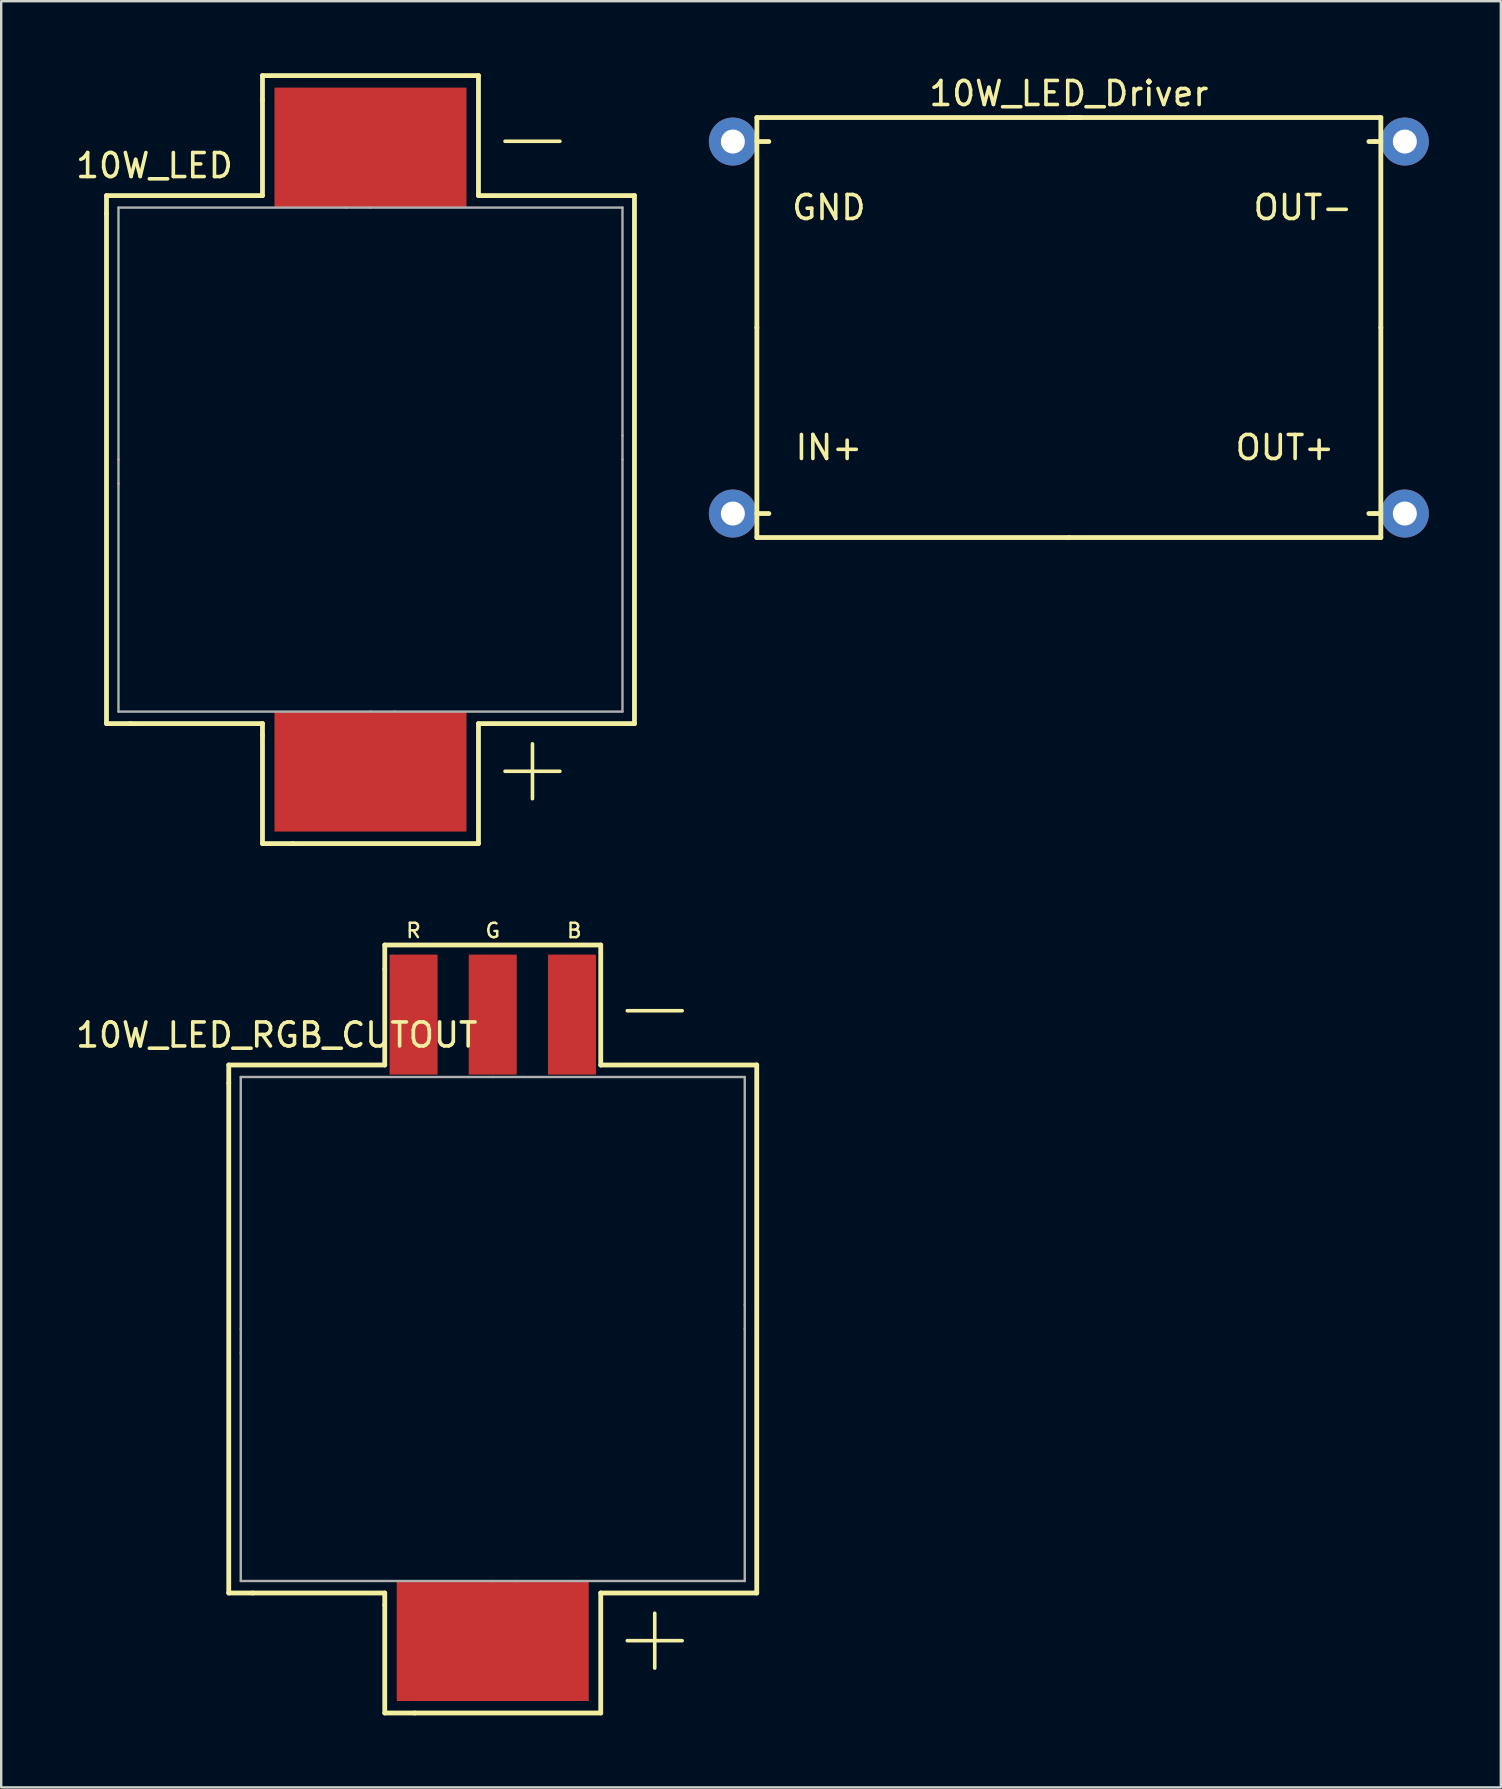
<source format=kicad_pcb>
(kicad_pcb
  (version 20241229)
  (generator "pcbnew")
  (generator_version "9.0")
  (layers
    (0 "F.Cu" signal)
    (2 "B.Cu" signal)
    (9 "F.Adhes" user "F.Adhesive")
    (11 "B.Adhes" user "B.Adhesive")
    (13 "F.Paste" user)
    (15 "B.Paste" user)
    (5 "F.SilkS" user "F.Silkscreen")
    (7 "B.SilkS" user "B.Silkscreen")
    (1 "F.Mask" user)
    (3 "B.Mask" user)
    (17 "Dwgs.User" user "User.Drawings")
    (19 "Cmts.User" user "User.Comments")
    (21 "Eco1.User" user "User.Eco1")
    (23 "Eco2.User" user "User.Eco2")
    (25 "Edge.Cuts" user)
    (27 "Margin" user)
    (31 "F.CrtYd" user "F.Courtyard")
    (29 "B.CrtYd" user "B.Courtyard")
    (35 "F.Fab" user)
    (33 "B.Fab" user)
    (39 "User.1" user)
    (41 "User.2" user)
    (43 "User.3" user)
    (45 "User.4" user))
  (footprint "10W_LED"
    (layer "F.Cu")
    (at 12.387 16.1)
    (property "Reference" "10W_LED" (at -9 -12.25 0) (layer "F.SilkS") (effects (font (size 1 1) (thickness 0.15))))
    (attr through_hole)
    (fp_line (start -11 -11) (end -11 -10.25) (stroke (width 0.2) (type solid)) (layer "F.SilkS"))
    (fp_line (start -11 -10.25) (end -11 11) (stroke (width 0.2) (type solid)) (layer "F.SilkS"))
    (fp_line (start -11 11) (end -10 11) (stroke (width 0.2) (type solid)) (layer "F.SilkS"))
    (fp_line (start -10 11) (end -4.5 11) (stroke (width 0.2) (type solid)) (layer "F.SilkS"))
    (fp_line (start -4.5 -16) (end -4.5 -15) (stroke (width 0.2) (type solid)) (layer "F.SilkS"))
    (fp_line (start -4.5 -15) (end -4.5 -11) (stroke (width 0.2) (type solid)) (layer "F.SilkS"))
    (fp_line (start -4.5 -11) (end -11 -11) (stroke (width 0.2) (type solid)) (layer "F.SilkS"))
    (fp_line (start -4.5 11) (end -4.5 11.5) (stroke (width 0.2) (type solid)) (layer "F.SilkS"))
    (fp_line (start -4.5 11.5) (end -4.5 16) (stroke (width 0.2) (type solid)) (layer "F.SilkS"))
    (fp_line (start -4.5 16) (end -3.25 16) (stroke (width 0.2) (type solid)) (layer "F.SilkS"))
    (fp_line (start -3.25 16) (end 4.5 16) (stroke (width 0.2) (type solid)) (layer "F.SilkS"))
    (fp_line (start 3.75 16) (end 4.5 16) (stroke (width 0.1) (type solid)) (layer "F.SilkS"))
    (fp_line (start 4.5 -16) (end -4.5 -16) (stroke (width 0.2) (type solid)) (layer "F.SilkS"))
    (fp_line (start 4.5 -11) (end 4.5 -16) (stroke (width 0.2) (type solid)) (layer "F.SilkS"))
    (fp_line (start 4.5 11) (end 11 11) (stroke (width 0.2) (type solid)) (layer "F.SilkS"))
    (fp_line (start 4.5 16) (end 4.5 11) (stroke (width 0.2) (type solid)) (layer "F.SilkS"))
    (fp_line (start 11 -11) (end 4.5 -11) (stroke (width 0.2) (type solid)) (layer "F.SilkS"))
    (fp_line (start 11 11) (end 11 -11) (stroke (width 0.2) (type solid)) (layer "F.SilkS"))
    (fp_line (start -10.5 -10.5) (end -1 -10.5) (stroke (width 0.1) (type solid)) (layer "F.Fab"))
    (fp_line (start -10.5 0) (end -10.5 -10.5) (stroke (width 0.1) (type solid)) (layer "F.Fab"))
    (fp_line (start -10.5 0) (end -10.5 1) (stroke (width 0.1) (type solid)) (layer "F.Fab"))
    (fp_line (start -10.5 10.5) (end -10.5 1) (stroke (width 0.1) (type solid)) (layer "F.Fab"))
    (fp_line (start 0 -10.5) (end -1 -10.5) (stroke (width 0.1) (type solid)) (layer "F.Fab"))
    (fp_line (start 0 -10.5) (end 10.5 -10.5) (stroke (width 0.1) (type solid)) (layer "F.Fab"))
    (fp_line (start 0 10.5) (end -10.5 10.5) (stroke (width 0.1) (type solid)) (layer "F.Fab"))
    (fp_line (start 0 10.5) (end 1 10.5) (stroke (width 0.1) (type solid)) (layer "F.Fab"))
    (fp_line (start 10.5 -10.5) (end 10.5 -1) (stroke (width 0.1) (type solid)) (layer "F.Fab"))
    (fp_line (start 10.5 0) (end 10.5 -1) (stroke (width 0.1) (type solid)) (layer "F.Fab"))
    (fp_line (start 10.5 0) (end 10.5 10.5) (stroke (width 0.1) (type solid)) (layer "F.Fab"))
    (fp_line (start 10.5 10.5) (end 1 10.5) (stroke (width 0.1) (type solid)) (layer "F.Fab"))
    (fp_text user "+" (at 6.75 12.75 0) (layer "F.SilkS") (effects (font (size 3 3) (thickness 0.15))))
    (fp_text user "-" (at 6.75 -13.5 0) (layer "F.SilkS") (effects (font (size 3 3) (thickness 0.15))))
    (pad "1" smd rect (at 0 -13) (size 8 5) (layers "F.Cu" "F.Mask" "F.Paste"))
    (pad "2" smd rect (at 0 13) (size 8 5) (layers "F.Cu" "F.Mask" "F.Paste")))
  (footprint "10W_LED_Driver"
    (layer "F.Cu")
    (at 41.487 10.598)
    (property "Reference" "10W_LED_Driver" (at 0 -9.75 0) (layer "F.SilkS") (effects (font (size 1 1) (thickness 0.15))))
    (attr through_hole)
    (fp_line (start -13 -8.75) (end -13 0) (stroke (width 0.2) (type solid)) (layer "F.SilkS"))
    (fp_line (start -13 -7.75) (end -12.5 -7.75) (stroke (width 0.2) (type solid)) (layer "F.SilkS"))
    (fp_line (start -13 0) (end -13 8.75) (stroke (width 0.2) (type solid)) (layer "F.SilkS"))
    (fp_line (start -13 7.75) (end -12.5 7.75) (stroke (width 0.2) (type solid)) (layer "F.SilkS"))
    (fp_line (start 0 -8.75) (end -13 -8.75) (stroke (width 0.2) (type solid)) (layer "F.SilkS"))
    (fp_line (start 0 -8.75) (end 0.5 -8.75) (stroke (width 0.2) (type solid)) (layer "F.SilkS"))
    (fp_line (start 0 8.75) (end -13 8.75) (stroke (width 0.2) (type solid)) (layer "F.SilkS"))
    (fp_line (start 12.75 -7.75) (end 12.5 -7.75) (stroke (width 0.2) (type solid)) (layer "F.SilkS"))
    (fp_line (start 12.75 7.75) (end 12.5 7.75) (stroke (width 0.2) (type solid)) (layer "F.SilkS"))
    (fp_line (start 13 -8.75) (end 0 -8.75) (stroke (width 0.2) (type solid)) (layer "F.SilkS"))
    (fp_line (start 13 -8.75) (end 13 0) (stroke (width 0.2) (type solid)) (layer "F.SilkS"))
    (fp_line (start 13 -7.75) (end 12.75 -7.75) (stroke (width 0.2) (type solid)) (layer "F.SilkS"))
    (fp_line (start 13 0) (end 13 8.75) (stroke (width 0.2) (type solid)) (layer "F.SilkS"))
    (fp_line (start 13 7.75) (end 12.75 7.75) (stroke (width 0.2) (type solid)) (layer "F.SilkS"))
    (fp_line (start 13 8.75) (end 0 8.75) (stroke (width 0.2) (type solid)) (layer "F.SilkS"))
    (fp_text user "OUT+" (at 9 5 0) (layer "F.SilkS") (effects (font (size 1 1) (thickness 0.15))))
    (fp_text user "IN+" (at -10 5 0) (layer "F.SilkS") (effects (font (size 1 1) (thickness 0.15))))
    (fp_text user "GND" (at -10 -5 0) (layer "F.SilkS") (effects (font (size 1 1) (thickness 0.15))))
    (fp_text user "OUT-" (at 9.75 -5 0) (layer "F.SilkS") (effects (font (size 1 1) (thickness 0.15))))
    (pad "1" thru_hole circle (at -14 -7.75) (size 2 2) (drill 1) (layers "*.Cu" "*.Mask"))
    (pad "2" thru_hole circle (at -14 7.75) (size 2 2) (drill 1) (layers "*.Cu" "*.Mask"))
    (pad "3" thru_hole circle (at 14 7.75) (size 2 2) (drill 1) (layers "*.Cu" "*.Mask"))
    (pad "4" thru_hole circle (at 14 -7.75) (size 2 2) (drill 1) (layers "*.Cu" "*.Mask")))
  (footprint "10W_LED_RGB_CUTOUT"
    (layer "F.Cu")
    (at 17.482 52.327)
    (property "Reference" "10W_LED_RGB_CUTOUT" (at -9 -12.25 0) (layer "F.SilkS") (effects (font (size 1 1) (thickness 0.15))))
    (attr through_hole)
    (fp_line (start -11 -11) (end -11 -10.25) (stroke (width 0.2) (type solid)) (layer "F.SilkS"))
    (fp_line (start -11 -10.25) (end -11 11) (stroke (width 0.2) (type solid)) (layer "F.SilkS"))
    (fp_line (start -11 11) (end -10 11) (stroke (width 0.2) (type solid)) (layer "F.SilkS"))
    (fp_line (start -10 11) (end -4.5 11) (stroke (width 0.2) (type solid)) (layer "F.SilkS"))
    (fp_line (start -4.5 -16) (end -4.5 -15) (stroke (width 0.2) (type solid)) (layer "F.SilkS"))
    (fp_line (start -4.5 -15) (end -4.5 -11) (stroke (width 0.2) (type solid)) (layer "F.SilkS"))
    (fp_line (start -4.5 -11) (end -11 -11) (stroke (width 0.2) (type solid)) (layer "F.SilkS"))
    (fp_line (start -4.5 11) (end -4.5 11.5) (stroke (width 0.2) (type solid)) (layer "F.SilkS"))
    (fp_line (start -4.5 11.5) (end -4.5 16) (stroke (width 0.2) (type solid)) (layer "F.SilkS"))
    (fp_line (start -4.5 16) (end -3.25 16) (stroke (width 0.2) (type solid)) (layer "F.SilkS"))
    (fp_line (start -3.25 16) (end 4.5 16) (stroke (width 0.2) (type solid)) (layer "F.SilkS"))
    (fp_line (start 3.75 16) (end 4.5 16) (stroke (width 0.1) (type solid)) (layer "F.SilkS"))
    (fp_line (start 4.5 -16) (end -4.5 -16) (stroke (width 0.2) (type solid)) (layer "F.SilkS"))
    (fp_line (start 4.5 -11) (end 4.5 -16) (stroke (width 0.2) (type solid)) (layer "F.SilkS"))
    (fp_line (start 4.5 11) (end 11 11) (stroke (width 0.2) (type solid)) (layer "F.SilkS"))
    (fp_line (start 4.5 16) (end 4.5 11) (stroke (width 0.2) (type solid)) (layer "F.SilkS"))
    (fp_line (start 11 -11) (end 4.5 -11) (stroke (width 0.2) (type solid)) (layer "F.SilkS"))
    (fp_line (start 11 11) (end 11 -11) (stroke (width 0.2) (type solid)) (layer "F.SilkS"))
    (fp_line (start -10.5 -10.5) (end -1 -10.5) (stroke (width 0.1) (type solid)) (layer "F.Fab"))
    (fp_line (start -10.5 0) (end -10.5 -10.5) (stroke (width 0.1) (type solid)) (layer "F.Fab"))
    (fp_line (start -10.5 0) (end -10.5 1) (stroke (width 0.1) (type solid)) (layer "F.Fab"))
    (fp_line (start -10.5 10.5) (end -10.5 1) (stroke (width 0.1) (type solid)) (layer "F.Fab"))
    (fp_line (start 0 -10.5) (end -1 -10.5) (stroke (width 0.1) (type solid)) (layer "F.Fab"))
    (fp_line (start 0 -10.5) (end 10.5 -10.5) (stroke (width 0.1) (type solid)) (layer "F.Fab"))
    (fp_line (start 0 10.5) (end -10.5 10.5) (stroke (width 0.1) (type solid)) (layer "F.Fab"))
    (fp_line (start 0 10.5) (end 1 10.5) (stroke (width 0.1) (type solid)) (layer "F.Fab"))
    (fp_line (start 10.5 -10.5) (end 10.5 -1) (stroke (width 0.1) (type solid)) (layer "F.Fab"))
    (fp_line (start 10.5 0) (end 10.5 -1) (stroke (width 0.1) (type solid)) (layer "F.Fab"))
    (fp_line (start 10.5 0) (end 10.5 10.5) (stroke (width 0.1) (type solid)) (layer "F.Fab"))
    (fp_line (start 10.5 10.5) (end 1 10.5) (stroke (width 0.1) (type solid)) (layer "F.Fab"))
    (fp_text user "B" (at 3.4 -16.6 0) (layer "F.SilkS") (effects (font (size 0.6 0.6) (thickness 0.1))))
    (fp_text user "+" (at 6.75 12.75 0) (layer "F.SilkS") (effects (font (size 3 3) (thickness 0.15))))
    (fp_text user "G" (at 0 -16.6 0) (layer "F.SilkS") (effects (font (size 0.6 0.6) (thickness 0.1))))
    (fp_text user "R" (at -3.3 -16.6 0) (layer "F.SilkS") (effects (font (size 0.6 0.6) (thickness 0.1))))
    (fp_text user "-" (at 6.75 -13.5 0) (layer "F.SilkS") (effects (font (size 3 3) (thickness 0.15))))
    (pad "1" smd rect (at -3.3 -13.1) (size 2 5) (layers "F.Cu" "F.Mask" "F.Paste"))
    (pad "2" smd rect (at 0 -13.1) (size 2 5) (layers "F.Cu" "F.Mask" "F.Paste"))
    (pad "3" smd rect (at 3.3 -13.1) (size 2 5) (layers "F.Cu" "F.Mask" "F.Paste"))
    (pad "4" smd rect (at 0 13) (size 8 5) (layers "F.Cu" "F.Mask" "F.Paste")))
  (gr_rect
    (start -3 -3)
    (end 59.487 71.427)
    (stroke (width 0.1) (type default))
    (fill no)
    (layer "Edge.Cuts")))
</source>
